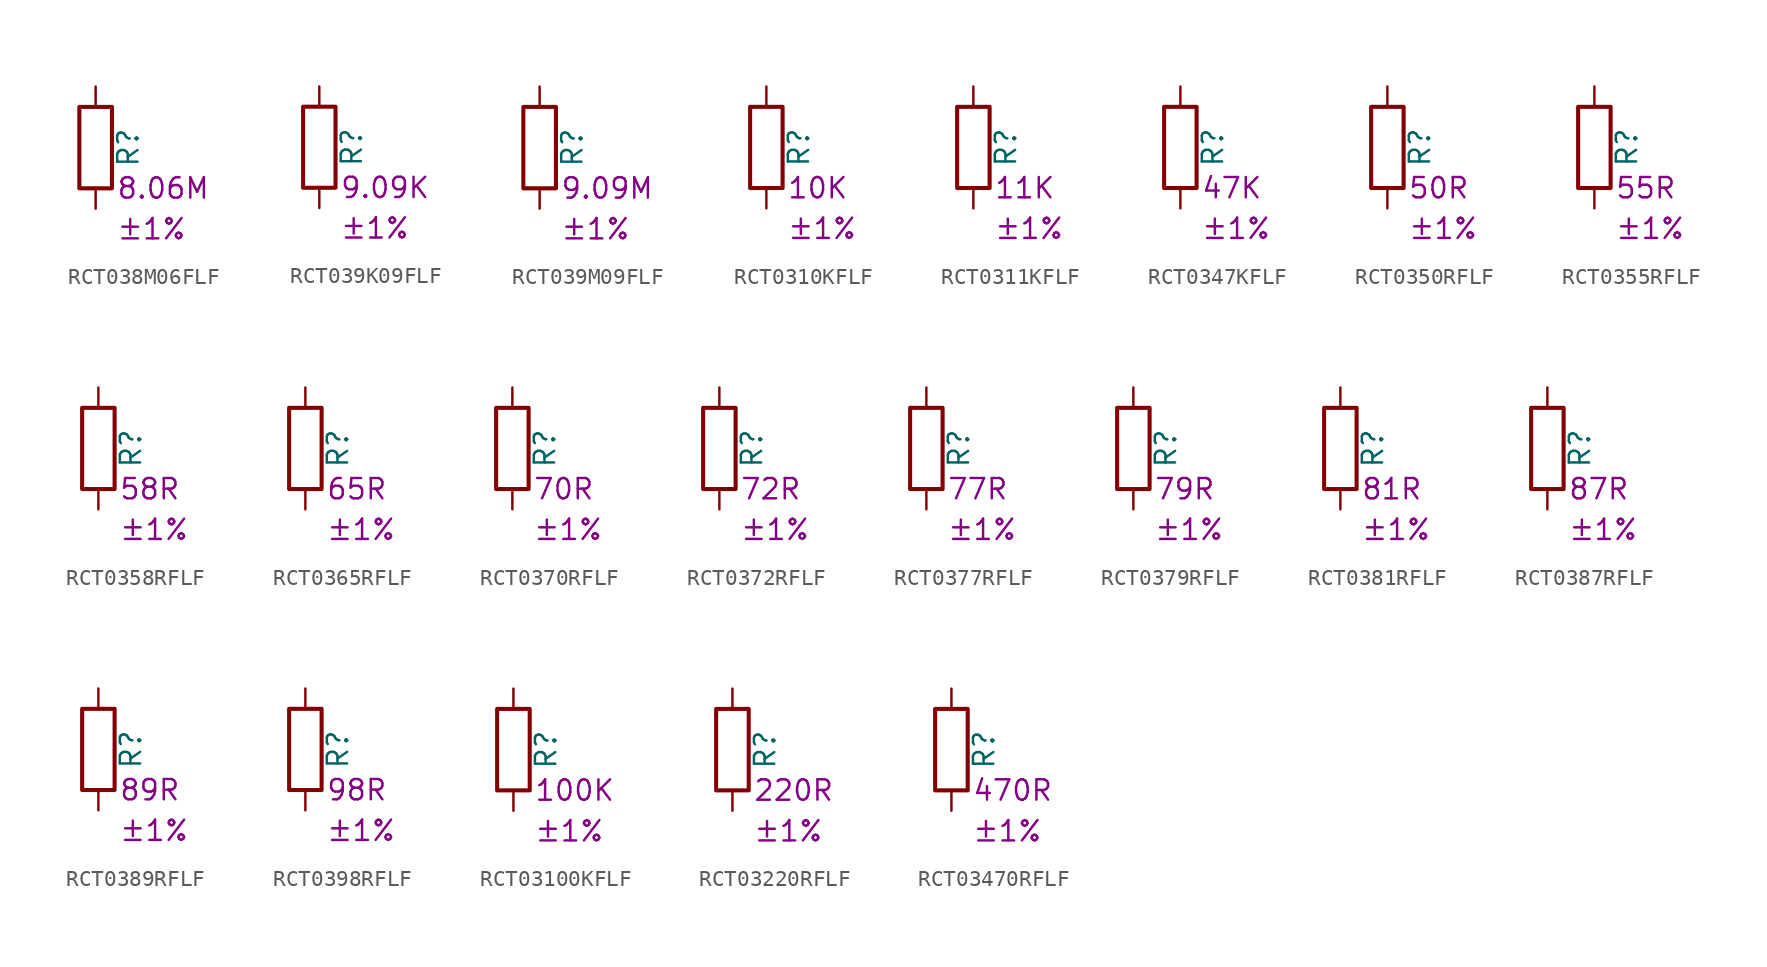
<source format=kicad_sym>
(kicad_symbol_lib
  (version 20220914)
  (generator kicad_symbol_editor)
  (symbol "RCT038M06FLF"
    (pin_numbers hide)
    (pin_names
      (offset 0))
    (property "Reference" "R"
      (at 2.032 0 90)
      (effects (font (size 1.27 1.27))))
    (property "Resistance" "8.06M"
      (at 1.27 -2.54 0)
      (effects (font (size 1.27 1.27)) (justify left)))
    (property "Tolerance" "±1%"
      (at 1.27 -5.08 0)
      (effects (font (size 1.27 1.27)) (justify left)))
    (symbol "RCT038M06FLF_0_1"
      (rectangle (start -1.016 -2.54) (end 1.016 2.54) (stroke (width 0.254) (type default)) (fill (type none))))
    (symbol "RCT038M06FLF_1_1"
      (pin passive line (at 0 3.81 270) (length 1.27) (name "~" (effects (font (size 1.27 1.27)))) (number "1" (effects (font (size 1.27 1.27)))))
      (pin passive line (at 0 -3.81 90) (length 1.27) (name "~" (effects (font (size 1.27 1.27)))) (number "2" (effects (font (size 1.27 1.27)))))))
  (symbol "RCT039K09FLF"
    (pin_numbers hide)
    (pin_names
      (offset 0))
    (property "Reference" "R"
      (at 2.032 0 90)
      (effects (font (size 1.27 1.27))))
    (property "Resistance" "9.09K"
      (at 1.27 -2.54 0)
      (effects (font (size 1.27 1.27)) (justify left)))
    (property "Tolerance" "±1%"
      (at 1.27 -5.08 0)
      (effects (font (size 1.27 1.27)) (justify left)))
    (symbol "RCT039K09FLF_0_1"
      (rectangle (start -1.016 -2.54) (end 1.016 2.54) (stroke (width 0.254) (type default)) (fill (type none))))
    (symbol "RCT039K09FLF_1_1"
      (pin passive line (at 0 3.81 270) (length 1.27) (name "~" (effects (font (size 1.27 1.27)))) (number "1" (effects (font (size 1.27 1.27)))))
      (pin passive line (at 0 -3.81 90) (length 1.27) (name "~" (effects (font (size 1.27 1.27)))) (number "2" (effects (font (size 1.27 1.27)))))))
  (symbol "RCT039M09FLF"
    (pin_numbers hide)
    (pin_names
      (offset 0))
    (property "Reference" "R"
      (at 2.032 0 90)
      (effects (font (size 1.27 1.27))))
    (property "Resistance" "9.09M"
      (at 1.27 -2.54 0)
      (effects (font (size 1.27 1.27)) (justify left)))
    (property "Tolerance" "±1%"
      (at 1.27 -5.08 0)
      (effects (font (size 1.27 1.27)) (justify left)))
    (symbol "RCT039M09FLF_0_1"
      (rectangle (start -1.016 -2.54) (end 1.016 2.54) (stroke (width 0.254) (type default)) (fill (type none))))
    (symbol "RCT039M09FLF_1_1"
      (pin passive line (at 0 3.81 270) (length 1.27) (name "~" (effects (font (size 1.27 1.27)))) (number "1" (effects (font (size 1.27 1.27)))))
      (pin passive line (at 0 -3.81 90) (length 1.27) (name "~" (effects (font (size 1.27 1.27)))) (number "2" (effects (font (size 1.27 1.27)))))))
  (symbol "RCT0310KFLF"
    (pin_numbers hide)
    (pin_names
      (offset 0))
    (property "Reference" "R"
      (at 2.032 0 90)
      (effects (font (size 1.27 1.27))))
    (property "Resistance" "10K"
      (at 1.27 -2.54 0)
      (effects (font (size 1.27 1.27)) (justify left)))
    (property "Tolerance" "±1%"
      (at 1.27 -5.08 0)
      (effects (font (size 1.27 1.27)) (justify left)))
    (symbol "RCT0310KFLF_0_1"
      (rectangle (start -1.016 -2.54) (end 1.016 2.54) (stroke (width 0.254) (type default)) (fill (type none))))
    (symbol "RCT0310KFLF_1_1"
      (pin passive line (at 0 3.81 270) (length 1.27) (name "~" (effects (font (size 1.27 1.27)))) (number "1" (effects (font (size 1.27 1.27)))))
      (pin passive line (at 0 -3.81 90) (length 1.27) (name "~" (effects (font (size 1.27 1.27)))) (number "2" (effects (font (size 1.27 1.27)))))))
  (symbol "RCT0311KFLF"
    (pin_numbers hide)
    (pin_names
      (offset 0))
    (property "Reference" "R"
      (at 2.032 0 90)
      (effects (font (size 1.27 1.27))))
    (property "Resistance" "11K"
      (at 1.27 -2.54 0)
      (effects (font (size 1.27 1.27)) (justify left)))
    (property "Tolerance" "±1%"
      (at 1.27 -5.08 0)
      (effects (font (size 1.27 1.27)) (justify left)))
    (symbol "RCT0311KFLF_0_1"
      (rectangle (start -1.016 -2.54) (end 1.016 2.54) (stroke (width 0.254) (type default)) (fill (type none))))
    (symbol "RCT0311KFLF_1_1"
      (pin passive line (at 0 3.81 270) (length 1.27) (name "~" (effects (font (size 1.27 1.27)))) (number "1" (effects (font (size 1.27 1.27)))))
      (pin passive line (at 0 -3.81 90) (length 1.27) (name "~" (effects (font (size 1.27 1.27)))) (number "2" (effects (font (size 1.27 1.27)))))))
  (symbol "RCT0347KFLF"
    (pin_numbers hide)
    (pin_names
      (offset 0))
    (property "Reference" "R"
      (at 2.032 0 90)
      (effects (font (size 1.27 1.27))))
    (property "Resistance" "47K"
      (at 1.27 -2.54 0)
      (effects (font (size 1.27 1.27)) (justify left)))
    (property "Tolerance" "±1%"
      (at 1.27 -5.08 0)
      (effects (font (size 1.27 1.27)) (justify left)))
    (symbol "RCT0347KFLF_0_1"
      (rectangle (start -1.016 -2.54) (end 1.016 2.54) (stroke (width 0.254) (type default)) (fill (type none))))
    (symbol "RCT0347KFLF_1_1"
      (pin passive line (at 0 3.81 270) (length 1.27) (name "~" (effects (font (size 1.27 1.27)))) (number "1" (effects (font (size 1.27 1.27)))))
      (pin passive line (at 0 -3.81 90) (length 1.27) (name "~" (effects (font (size 1.27 1.27)))) (number "2" (effects (font (size 1.27 1.27)))))))
  (symbol "RCT0350RFLF"
    (pin_numbers hide)
    (pin_names
      (offset 0))
    (property "Reference" "R"
      (at 2.032 0 90)
      (effects (font (size 1.27 1.27))))
    (property "Resistance" "50R"
      (at 1.27 -2.54 0)
      (effects (font (size 1.27 1.27)) (justify left)))
    (property "Tolerance" "±1%"
      (at 1.27 -5.08 0)
      (effects (font (size 1.27 1.27)) (justify left)))
    (symbol "RCT0350RFLF_0_1"
      (rectangle (start -1.016 -2.54) (end 1.016 2.54) (stroke (width 0.254) (type default)) (fill (type none))))
    (symbol "RCT0350RFLF_1_1"
      (pin passive line (at 0 3.81 270) (length 1.27) (name "~" (effects (font (size 1.27 1.27)))) (number "1" (effects (font (size 1.27 1.27)))))
      (pin passive line (at 0 -3.81 90) (length 1.27) (name "~" (effects (font (size 1.27 1.27)))) (number "2" (effects (font (size 1.27 1.27)))))))
  (symbol "RCT0355RFLF"
    (pin_numbers hide)
    (pin_names
      (offset 0))
    (property "Reference" "R"
      (at 2.032 0 90)
      (effects (font (size 1.27 1.27))))
    (property "Resistance" "55R"
      (at 1.27 -2.54 0)
      (effects (font (size 1.27 1.27)) (justify left)))
    (property "Tolerance" "±1%"
      (at 1.27 -5.08 0)
      (effects (font (size 1.27 1.27)) (justify left)))
    (symbol "RCT0355RFLF_0_1"
      (rectangle (start -1.016 -2.54) (end 1.016 2.54) (stroke (width 0.254) (type default)) (fill (type none))))
    (symbol "RCT0355RFLF_1_1"
      (pin passive line (at 0 3.81 270) (length 1.27) (name "~" (effects (font (size 1.27 1.27)))) (number "1" (effects (font (size 1.27 1.27)))))
      (pin passive line (at 0 -3.81 90) (length 1.27) (name "~" (effects (font (size 1.27 1.27)))) (number "2" (effects (font (size 1.27 1.27)))))))
  (symbol "RCT0358RFLF"
    (pin_numbers hide)
    (pin_names
      (offset 0))
    (property "Reference" "R"
      (at 2.032 0 90)
      (effects (font (size 1.27 1.27))))
    (property "Resistance" "58R"
      (at 1.27 -2.54 0)
      (effects (font (size 1.27 1.27)) (justify left)))
    (property "Tolerance" "±1%"
      (at 1.27 -5.08 0)
      (effects (font (size 1.27 1.27)) (justify left)))
    (symbol "RCT0358RFLF_0_1"
      (rectangle (start -1.016 -2.54) (end 1.016 2.54) (stroke (width 0.254) (type default)) (fill (type none))))
    (symbol "RCT0358RFLF_1_1"
      (pin passive line (at 0 3.81 270) (length 1.27) (name "~" (effects (font (size 1.27 1.27)))) (number "1" (effects (font (size 1.27 1.27)))))
      (pin passive line (at 0 -3.81 90) (length 1.27) (name "~" (effects (font (size 1.27 1.27)))) (number "2" (effects (font (size 1.27 1.27)))))))
  (symbol "RCT0365RFLF"
    (pin_numbers hide)
    (pin_names
      (offset 0))
    (property "Reference" "R"
      (at 2.032 0 90)
      (effects (font (size 1.27 1.27))))
    (property "Resistance" "65R"
      (at 1.27 -2.54 0)
      (effects (font (size 1.27 1.27)) (justify left)))
    (property "Tolerance" "±1%"
      (at 1.27 -5.08 0)
      (effects (font (size 1.27 1.27)) (justify left)))
    (symbol "RCT0365RFLF_0_1"
      (rectangle (start -1.016 -2.54) (end 1.016 2.54) (stroke (width 0.254) (type default)) (fill (type none))))
    (symbol "RCT0365RFLF_1_1"
      (pin passive line (at 0 3.81 270) (length 1.27) (name "~" (effects (font (size 1.27 1.27)))) (number "1" (effects (font (size 1.27 1.27)))))
      (pin passive line (at 0 -3.81 90) (length 1.27) (name "~" (effects (font (size 1.27 1.27)))) (number "2" (effects (font (size 1.27 1.27)))))))
  (symbol "RCT0370RFLF"
    (pin_numbers hide)
    (pin_names
      (offset 0))
    (property "Reference" "R"
      (at 2.032 0 90)
      (effects (font (size 1.27 1.27))))
    (property "Resistance" "70R"
      (at 1.27 -2.54 0)
      (effects (font (size 1.27 1.27)) (justify left)))
    (property "Tolerance" "±1%"
      (at 1.27 -5.08 0)
      (effects (font (size 1.27 1.27)) (justify left)))
    (symbol "RCT0370RFLF_0_1"
      (rectangle (start -1.016 -2.54) (end 1.016 2.54) (stroke (width 0.254) (type default)) (fill (type none))))
    (symbol "RCT0370RFLF_1_1"
      (pin passive line (at 0 3.81 270) (length 1.27) (name "~" (effects (font (size 1.27 1.27)))) (number "1" (effects (font (size 1.27 1.27)))))
      (pin passive line (at 0 -3.81 90) (length 1.27) (name "~" (effects (font (size 1.27 1.27)))) (number "2" (effects (font (size 1.27 1.27)))))))
  (symbol "RCT0372RFLF"
    (pin_numbers hide)
    (pin_names
      (offset 0))
    (property "Reference" "R"
      (at 2.032 0 90)
      (effects (font (size 1.27 1.27))))
    (property "Resistance" "72R"
      (at 1.27 -2.54 0)
      (effects (font (size 1.27 1.27)) (justify left)))
    (property "Tolerance" "±1%"
      (at 1.27 -5.08 0)
      (effects (font (size 1.27 1.27)) (justify left)))
    (symbol "RCT0372RFLF_0_1"
      (rectangle (start -1.016 -2.54) (end 1.016 2.54) (stroke (width 0.254) (type default)) (fill (type none))))
    (symbol "RCT0372RFLF_1_1"
      (pin passive line (at 0 3.81 270) (length 1.27) (name "~" (effects (font (size 1.27 1.27)))) (number "1" (effects (font (size 1.27 1.27)))))
      (pin passive line (at 0 -3.81 90) (length 1.27) (name "~" (effects (font (size 1.27 1.27)))) (number "2" (effects (font (size 1.27 1.27)))))))
  (symbol "RCT0377RFLF"
    (pin_numbers hide)
    (pin_names
      (offset 0))
    (property "Reference" "R"
      (at 2.032 0 90)
      (effects (font (size 1.27 1.27))))
    (property "Resistance" "77R"
      (at 1.27 -2.54 0)
      (effects (font (size 1.27 1.27)) (justify left)))
    (property "Tolerance" "±1%"
      (at 1.27 -5.08 0)
      (effects (font (size 1.27 1.27)) (justify left)))
    (symbol "RCT0377RFLF_0_1"
      (rectangle (start -1.016 -2.54) (end 1.016 2.54) (stroke (width 0.254) (type default)) (fill (type none))))
    (symbol "RCT0377RFLF_1_1"
      (pin passive line (at 0 3.81 270) (length 1.27) (name "~" (effects (font (size 1.27 1.27)))) (number "1" (effects (font (size 1.27 1.27)))))
      (pin passive line (at 0 -3.81 90) (length 1.27) (name "~" (effects (font (size 1.27 1.27)))) (number "2" (effects (font (size 1.27 1.27)))))))
  (symbol "RCT0379RFLF"
    (pin_numbers hide)
    (pin_names
      (offset 0))
    (property "Reference" "R"
      (at 2.032 0 90)
      (effects (font (size 1.27 1.27))))
    (property "Resistance" "79R"
      (at 1.27 -2.54 0)
      (effects (font (size 1.27 1.27)) (justify left)))
    (property "Tolerance" "±1%"
      (at 1.27 -5.08 0)
      (effects (font (size 1.27 1.27)) (justify left)))
    (symbol "RCT0379RFLF_0_1"
      (rectangle (start -1.016 -2.54) (end 1.016 2.54) (stroke (width 0.254) (type default)) (fill (type none))))
    (symbol "RCT0379RFLF_1_1"
      (pin passive line (at 0 3.81 270) (length 1.27) (name "~" (effects (font (size 1.27 1.27)))) (number "1" (effects (font (size 1.27 1.27)))))
      (pin passive line (at 0 -3.81 90) (length 1.27) (name "~" (effects (font (size 1.27 1.27)))) (number "2" (effects (font (size 1.27 1.27)))))))
  (symbol "RCT0381RFLF"
    (pin_numbers hide)
    (pin_names
      (offset 0))
    (property "Reference" "R"
      (at 2.032 0 90)
      (effects (font (size 1.27 1.27))))
    (property "Resistance" "81R"
      (at 1.27 -2.54 0)
      (effects (font (size 1.27 1.27)) (justify left)))
    (property "Tolerance" "±1%"
      (at 1.27 -5.08 0)
      (effects (font (size 1.27 1.27)) (justify left)))
    (symbol "RCT0381RFLF_0_1"
      (rectangle (start -1.016 -2.54) (end 1.016 2.54) (stroke (width 0.254) (type default)) (fill (type none))))
    (symbol "RCT0381RFLF_1_1"
      (pin passive line (at 0 3.81 270) (length 1.27) (name "~" (effects (font (size 1.27 1.27)))) (number "1" (effects (font (size 1.27 1.27)))))
      (pin passive line (at 0 -3.81 90) (length 1.27) (name "~" (effects (font (size 1.27 1.27)))) (number "2" (effects (font (size 1.27 1.27)))))))
  (symbol "RCT0387RFLF"
    (pin_numbers hide)
    (pin_names
      (offset 0))
    (property "Reference" "R"
      (at 2.032 0 90)
      (effects (font (size 1.27 1.27))))
    (property "Resistance" "87R"
      (at 1.27 -2.54 0)
      (effects (font (size 1.27 1.27)) (justify left)))
    (property "Tolerance" "±1%"
      (at 1.27 -5.08 0)
      (effects (font (size 1.27 1.27)) (justify left)))
    (symbol "RCT0387RFLF_0_1"
      (rectangle (start -1.016 -2.54) (end 1.016 2.54) (stroke (width 0.254) (type default)) (fill (type none))))
    (symbol "RCT0387RFLF_1_1"
      (pin passive line (at 0 3.81 270) (length 1.27) (name "~" (effects (font (size 1.27 1.27)))) (number "1" (effects (font (size 1.27 1.27)))))
      (pin passive line (at 0 -3.81 90) (length 1.27) (name "~" (effects (font (size 1.27 1.27)))) (number "2" (effects (font (size 1.27 1.27)))))))
  (symbol "RCT0389RFLF"
    (pin_numbers hide)
    (pin_names
      (offset 0))
    (property "Reference" "R"
      (at 2.032 0 90)
      (effects (font (size 1.27 1.27))))
    (property "Resistance" "89R"
      (at 1.27 -2.54 0)
      (effects (font (size 1.27 1.27)) (justify left)))
    (property "Tolerance" "±1%"
      (at 1.27 -5.08 0)
      (effects (font (size 1.27 1.27)) (justify left)))
    (symbol "RCT0389RFLF_0_1"
      (rectangle (start -1.016 -2.54) (end 1.016 2.54) (stroke (width 0.254) (type default)) (fill (type none))))
    (symbol "RCT0389RFLF_1_1"
      (pin passive line (at 0 3.81 270) (length 1.27) (name "~" (effects (font (size 1.27 1.27)))) (number "1" (effects (font (size 1.27 1.27)))))
      (pin passive line (at 0 -3.81 90) (length 1.27) (name "~" (effects (font (size 1.27 1.27)))) (number "2" (effects (font (size 1.27 1.27)))))))
  (symbol "RCT0398RFLF"
    (pin_numbers hide)
    (pin_names
      (offset 0))
    (property "Reference" "R"
      (at 2.032 0 90)
      (effects (font (size 1.27 1.27))))
    (property "Resistance" "98R"
      (at 1.27 -2.54 0)
      (effects (font (size 1.27 1.27)) (justify left)))
    (property "Tolerance" "±1%"
      (at 1.27 -5.08 0)
      (effects (font (size 1.27 1.27)) (justify left)))
    (symbol "RCT0398RFLF_0_1"
      (rectangle (start -1.016 -2.54) (end 1.016 2.54) (stroke (width 0.254) (type default)) (fill (type none))))
    (symbol "RCT0398RFLF_1_1"
      (pin passive line (at 0 3.81 270) (length 1.27) (name "~" (effects (font (size 1.27 1.27)))) (number "1" (effects (font (size 1.27 1.27)))))
      (pin passive line (at 0 -3.81 90) (length 1.27) (name "~" (effects (font (size 1.27 1.27)))) (number "2" (effects (font (size 1.27 1.27)))))))
  (symbol "RCT03100KFLF"
    (pin_numbers hide)
    (pin_names
      (offset 0))
    (property "Reference" "R"
      (at 2.032 0 90)
      (effects (font (size 1.27 1.27))))
    (property "Resistance" "100K"
      (at 1.27 -2.54 0)
      (effects (font (size 1.27 1.27)) (justify left)))
    (property "Tolerance" "±1%"
      (at 1.27 -5.08 0)
      (effects (font (size 1.27 1.27)) (justify left)))
    (symbol "RCT03100KFLF_0_1"
      (rectangle (start -1.016 -2.54) (end 1.016 2.54) (stroke (width 0.254) (type default)) (fill (type none))))
    (symbol "RCT03100KFLF_1_1"
      (pin passive line (at 0 3.81 270) (length 1.27) (name "~" (effects (font (size 1.27 1.27)))) (number "1" (effects (font (size 1.27 1.27)))))
      (pin passive line (at 0 -3.81 90) (length 1.27) (name "~" (effects (font (size 1.27 1.27)))) (number "2" (effects (font (size 1.27 1.27)))))))
  (symbol "RCT03220RFLF"
    (pin_numbers hide)
    (pin_names
      (offset 0))
    (property "Reference" "R"
      (at 2.032 0 90)
      (effects (font (size 1.27 1.27))))
    (property "Resistance" "220R"
      (at 1.27 -2.54 0)
      (effects (font (size 1.27 1.27)) (justify left)))
    (property "Tolerance" "±1%"
      (at 1.27 -5.08 0)
      (effects (font (size 1.27 1.27)) (justify left)))
    (symbol "RCT03220RFLF_0_1"
      (rectangle (start -1.016 -2.54) (end 1.016 2.54) (stroke (width 0.254) (type default)) (fill (type none))))
    (symbol "RCT03220RFLF_1_1"
      (pin passive line (at 0 3.81 270) (length 1.27) (name "~" (effects (font (size 1.27 1.27)))) (number "1" (effects (font (size 1.27 1.27)))))
      (pin passive line (at 0 -3.81 90) (length 1.27) (name "~" (effects (font (size 1.27 1.27)))) (number "2" (effects (font (size 1.27 1.27)))))))
  (symbol "RCT03470RFLF"
    (pin_numbers hide)
    (pin_names
      (offset 0))
    (property "Reference" "R"
      (at 2.032 0 90)
      (effects (font (size 1.27 1.27))))
    (property "Resistance" "470R"
      (at 1.27 -2.54 0)
      (effects (font (size 1.27 1.27)) (justify left)))
    (property "Tolerance" "±1%"
      (at 1.27 -5.08 0)
      (effects (font (size 1.27 1.27)) (justify left)))
    (symbol "RCT03470RFLF_0_1"
      (rectangle (start -1.016 -2.54) (end 1.016 2.54) (stroke (width 0.254) (type default)) (fill (type none))))
    (symbol "RCT03470RFLF_1_1"
      (pin passive line (at 0 3.81 270) (length 1.27) (name "~" (effects (font (size 1.27 1.27)))) (number "1" (effects (font (size 1.27 1.27)))))
      (pin passive line (at 0 -3.81 90) (length 1.27) (name "~" (effects (font (size 1.27 1.27)))) (number "2" (effects (font (size 1.27 1.27))))))))
</source>
